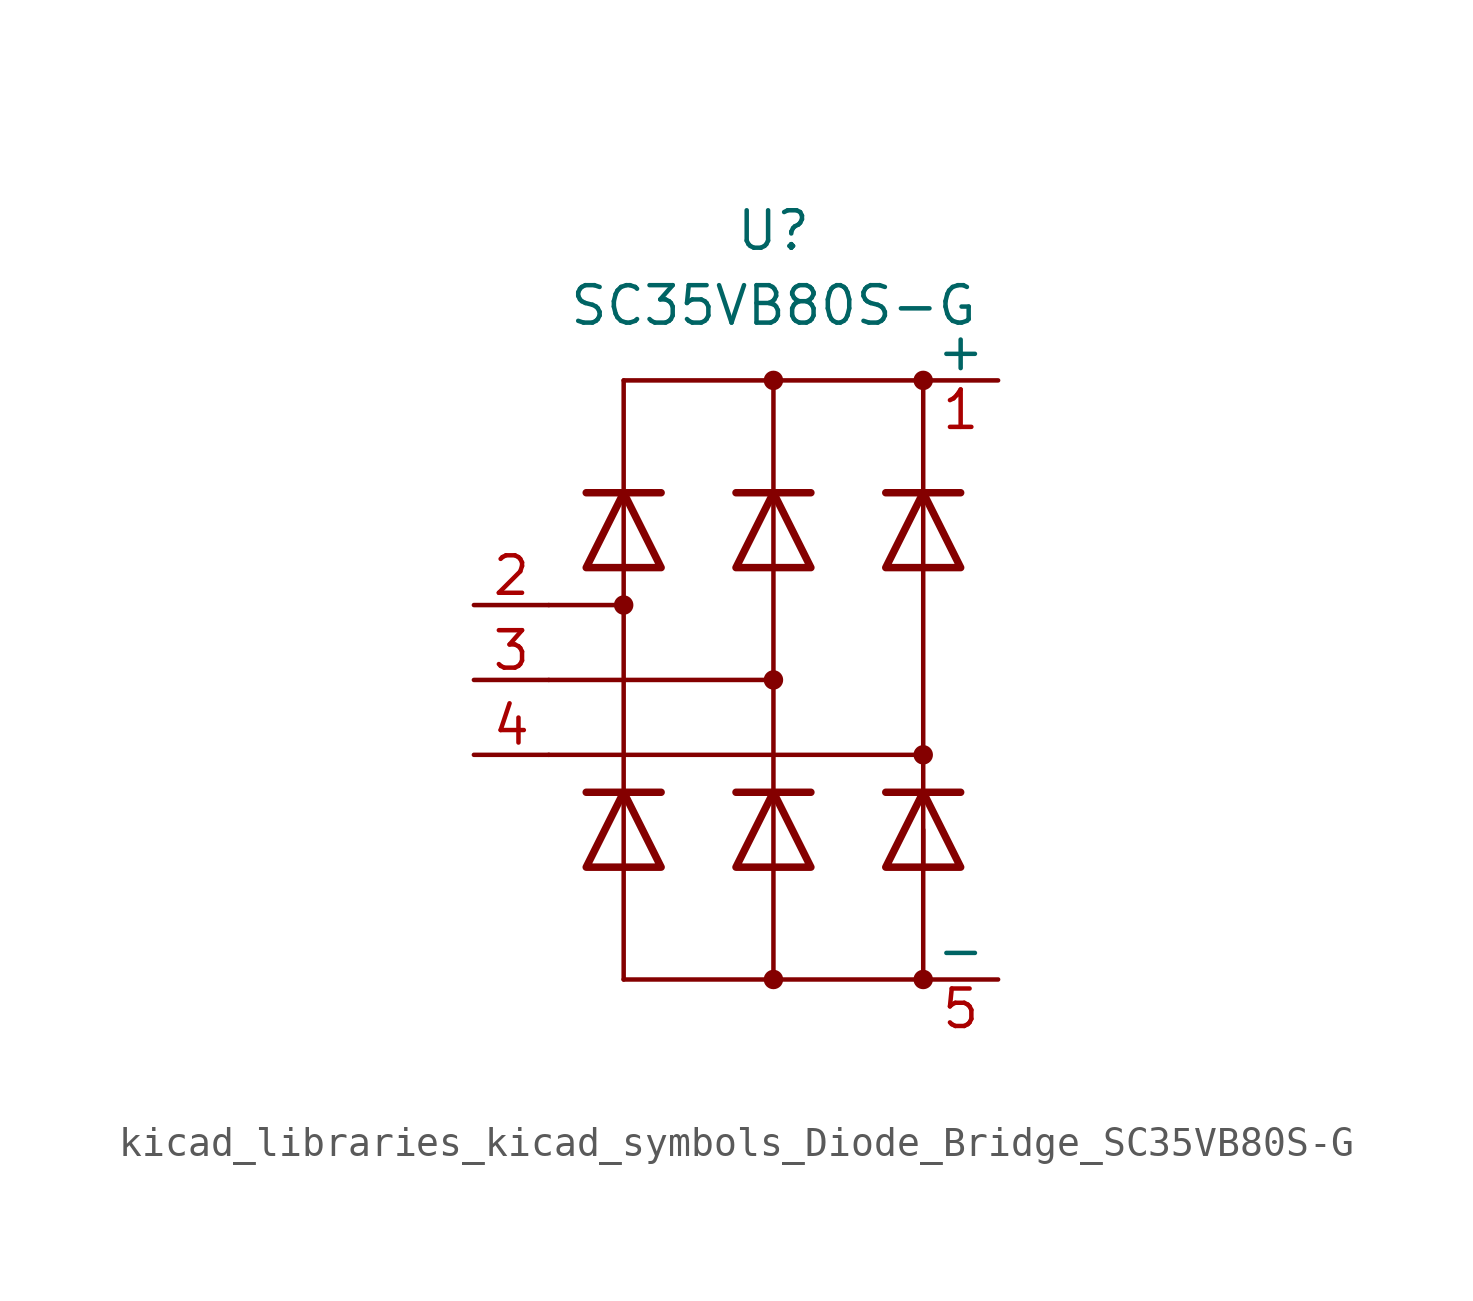
<source format=kicad_sym>
(kicad_symbol_lib
  (version 20220914)
  (generator kicad_symbol_editor)
  (symbol "kicad_libraries_kicad_symbols_Diode_Bridge_SC35VB80S-G"
    (pin_names
      (offset 0))
    (property "Reference" "U"
      (at 0 15.24 0)
      (effects (font (size 1.27 1.27))))
    (property "Value" "SC35VB80S-G"
      (at 0 12.7 0)
      (effects (font (size 1.27 1.27))))
    (symbol "kicad_libraries_kicad_symbols_Diode_Bridge_SC35VB80S-G_1_1"
      (circle (center -5.08 2.54) (radius 0.254) (stroke (width 0) (type default)) (fill (type outline)))
      (circle (center 0 -10.16) (radius 0.254) (stroke (width 0) (type default)) (fill (type outline)))
      (polyline (pts (xy -7.62 -2.54) (xy 5.08 -2.54)) (stroke (width 0) (type default)) (fill (type none)))
      (polyline (pts (xy -7.62 0) (xy 0 0)) (stroke (width 0) (type default)) (fill (type none)))
      (polyline (pts (xy -7.62 2.54) (xy -5.08 2.54)) (stroke (width 0) (type default)) (fill (type none)))
      (polyline (pts (xy -5.08 -10.16) (xy 5.08 -10.16)) (stroke (width 0) (type default)) (fill (type none)))
      (polyline (pts (xy -5.08 -6.35) (xy -5.08 -10.16)) (stroke (width 0) (type default)) (fill (type none)))
      (polyline (pts (xy -5.08 -6.35) (xy -5.08 -3.81)) (stroke (width 0) (type default)) (fill (type none)))
      (polyline (pts (xy -5.08 3.81) (xy -5.08 -3.81)) (stroke (width 0) (type default)) (fill (type none)))
      (polyline (pts (xy -5.08 3.81) (xy -5.08 6.35)) (stroke (width 0) (type default)) (fill (type none)))
      (polyline (pts (xy -5.08 10.16) (xy -5.08 6.35)) (stroke (width 0) (type default)) (fill (type none)))
      (polyline (pts (xy -5.08 10.16) (xy 5.08 10.16)) (stroke (width 0) (type default)) (fill (type none)))
      (polyline (pts (xy -3.81 -3.81) (xy -6.35 -3.81)) (stroke (width 0.254) (type default)) (fill (type none)))
      (polyline (pts (xy -3.81 6.35) (xy -6.35 6.35)) (stroke (width 0.254) (type default)) (fill (type none)))
      (polyline (pts (xy 0 -6.35) (xy 0 -10.16)) (stroke (width 0) (type default)) (fill (type none)))
      (polyline (pts (xy 0 -6.35) (xy 0 -3.81)) (stroke (width 0) (type default)) (fill (type none)))
      (polyline (pts (xy 0 3.81) (xy 0 -3.81)) (stroke (width 0) (type default)) (fill (type none)))
      (polyline (pts (xy 0 3.81) (xy 0 6.35)) (stroke (width 0) (type default)) (fill (type none)))
      (polyline (pts (xy 0 6.35) (xy 0 10.16)) (stroke (width 0) (type default)) (fill (type none)))
      (polyline (pts (xy 1.27 -3.81) (xy -1.27 -3.81)) (stroke (width 0.254) (type default)) (fill (type none)))
      (polyline (pts (xy 1.27 6.35) (xy -1.27 6.35)) (stroke (width 0.254) (type default)) (fill (type none)))
      (polyline (pts (xy 5.08 -10.16) (xy 5.08 -5.08)) (stroke (width 0) (type default)) (fill (type none)))
      (polyline (pts (xy 5.08 -6.35) (xy 5.08 -3.81)) (stroke (width 0) (type default)) (fill (type none)))
      (polyline (pts (xy 5.08 3.81) (xy 5.08 -3.81)) (stroke (width 0) (type default)) (fill (type none)))
      (polyline (pts (xy 5.08 3.81) (xy 5.08 6.35)) (stroke (width 0) (type default)) (fill (type none)))
      (polyline (pts (xy 5.08 10.16) (xy 5.08 6.35)) (stroke (width 0) (type default)) (fill (type none)))
      (polyline (pts (xy 6.35 -3.81) (xy 3.81 -3.81)) (stroke (width 0.254) (type default)) (fill (type none)))
      (polyline (pts (xy 6.35 6.35) (xy 3.81 6.35)) (stroke (width 0.254) (type default)) (fill (type none)))
      (polyline (pts (xy -3.81 -6.35) (xy -6.35 -6.35) (xy -5.08 -3.81) (xy -3.81 -6.35)) (stroke (width 0.254) (type default)) (fill (type none)))
      (polyline (pts (xy -3.81 3.81) (xy -6.35 3.81) (xy -5.08 6.35) (xy -3.81 3.81)) (stroke (width 0.254) (type default)) (fill (type none)))
      (polyline (pts (xy 1.27 -6.35) (xy -1.27 -6.35) (xy 0 -3.81) (xy 1.27 -6.35)) (stroke (width 0.254) (type default)) (fill (type none)))
      (polyline (pts (xy 1.27 3.81) (xy -1.27 3.81) (xy 0 6.35) (xy 1.27 3.81)) (stroke (width 0.254) (type default)) (fill (type none)))
      (polyline (pts (xy 6.35 -6.35) (xy 3.81 -6.35) (xy 5.08 -3.81) (xy 6.35 -6.35)) (stroke (width 0.254) (type default)) (fill (type none)))
      (polyline (pts (xy 6.35 3.81) (xy 3.81 3.81) (xy 5.08 6.35) (xy 6.35 3.81)) (stroke (width 0.254) (type default)) (fill (type none)))
      (circle (center 0 0) (radius 0.254) (stroke (width 0) (type default)) (fill (type outline)))
      (circle (center 0 10.16) (radius 0.254) (stroke (width 0) (type default)) (fill (type outline)))
      (circle (center 5.08 -10.16) (radius 0.254) (stroke (width 0) (type default)) (fill (type outline)))
      (circle (center 5.08 -2.54) (radius 0.254) (stroke (width 0) (type default)) (fill (type outline)))
      (circle (center 5.08 10.16) (radius 0.254) (stroke (width 0) (type default)) (fill (type outline)))
      (pin passive line (at 7.62 10.16 180) (length 2.54) (name "+" (effects (font (size 1.27 1.27)))) (number "1" (effects (font (size 1.27 1.27)))))
      (pin passive line (at -10.16 2.54 0) (length 2.54) (name "~" (effects (font (size 1.27 1.27)))) (number "2" (effects (font (size 1.27 1.27)))))
      (pin passive line (at -10.16 0 0) (length 2.54) (name "~" (effects (font (size 1.27 1.27)))) (number "3" (effects (font (size 1.27 1.27)))))
      (pin passive line (at -10.16 -2.54 0) (length 2.54) (name "~" (effects (font (size 1.27 1.27)))) (number "4" (effects (font (size 1.27 1.27)))))
      (pin passive line (at 7.62 -10.16 180) (length 2.54) (name "-" (effects (font (size 1.27 1.27)))) (number "5" (effects (font (size 1.27 1.27))))))))
</source>
